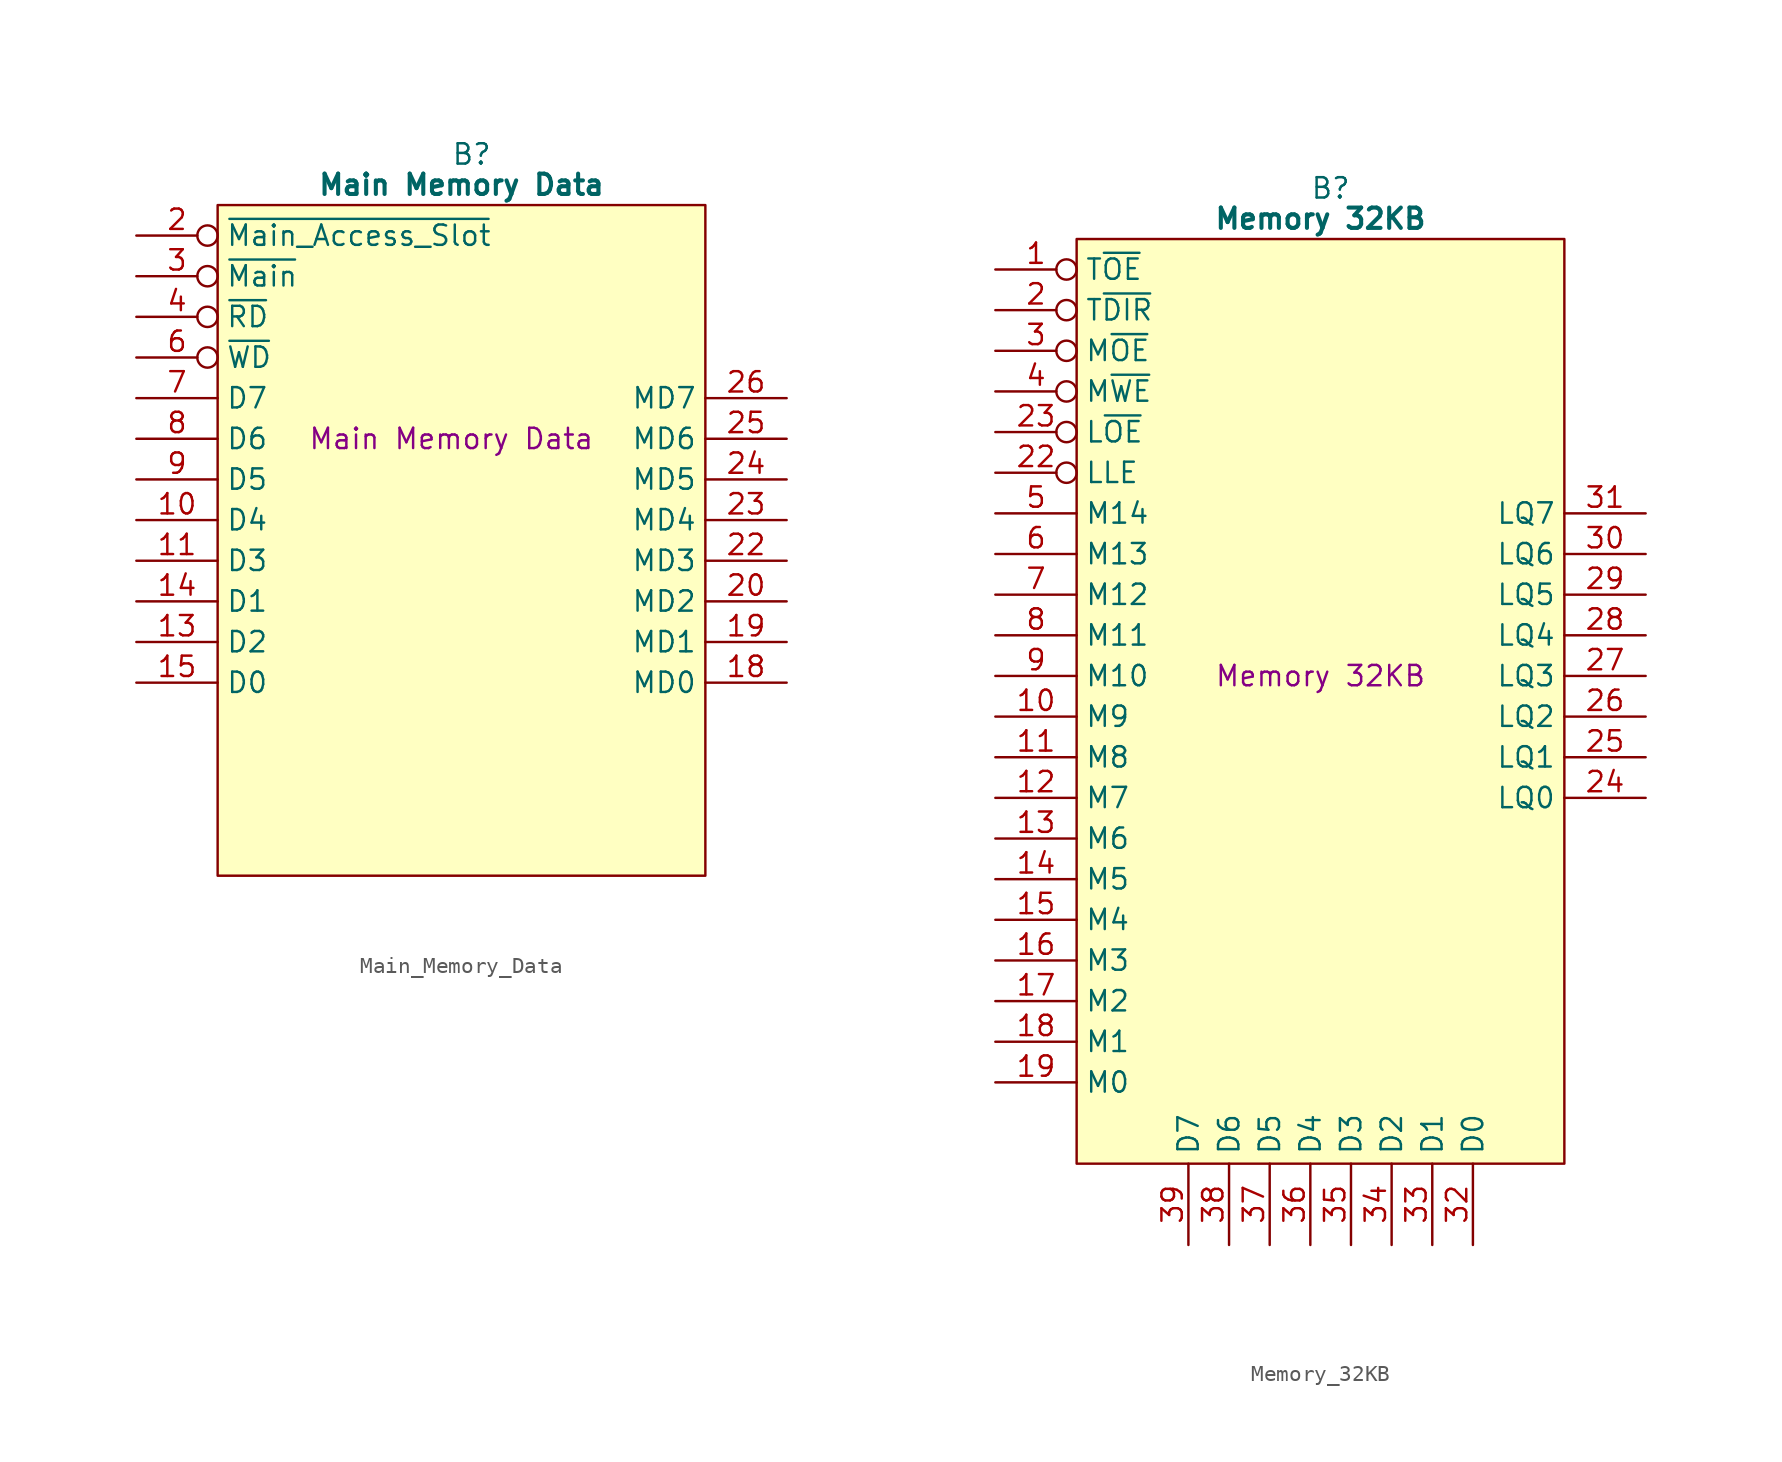
<source format=kicad_sym>
(kicad_symbol_lib
  (version 20220914)
  (generator kicad_symbol_editor)
  (symbol "Main_Memory_Data"
    (property "Reference" "B"
      (at 15.875 5.08 0)
      (effects (font (size 1.27 1.27))))
    (property "Value" "Main Memory Data"
      (at 15.24 3.175 0)
      (effects (font (size 1.27 1.27) bold)))
    (property "Description" "Main Memory Data"
      (at 14.605 -12.7 0)
      (effects (font (size 1.27 1.27))))
    (symbol "Main_Memory_Data_0_1"
      (polyline (pts (xy 0 1.905) (xy 30.48 1.905) (xy 30.48 -40.005) (xy 0 -40.005) (xy 0 1.905)) (stroke (width 0.152) (type default)) (fill (type background))))
    (symbol "Main_Memory_Data_1_0"
      (pin no_connect line (at 35.56 -38.1 180) (length 5.08) hide (name "N.C." (effects (font (size 1.27 1.27)))) (number "32" (effects (font (size 1.27 1.27))))))
    (symbol "Main_Memory_Data_1_1"
      (pin passive line (at -5.08 -35.56 0) (length 5.08) hide (name "5V" (effects (font (size 1.27 1.27)))) (number "1" (effects (font (size 1.27 1.27)))))
      (pin tri_state line (at -5.08 -17.78 0) (length 5.08) (name "D4" (effects (font (size 1.27 1.27)))) (number "10" (effects (font (size 1.27 1.27)))))
      (pin tri_state line (at -5.08 -20.32 0) (length 5.08) (name "D3" (effects (font (size 1.27 1.27)))) (number "11" (effects (font (size 1.27 1.27)))))
      (pin passive line (at 35.56 -2.54 180) (length 5.08) hide (name "GND" (effects (font (size 1.27 1.27)))) (number "12" (effects (font (size 1.27 1.27)))))
      (pin tri_state line (at -5.08 -25.4 0) (length 5.08) (name "D2" (effects (font (size 1.27 1.27)))) (number "13" (effects (font (size 1.27 1.27)))))
      (pin tri_state line (at -5.08 -22.86 0) (length 5.08) (name "D1" (effects (font (size 1.27 1.27)))) (number "14" (effects (font (size 1.27 1.27)))))
      (pin tri_state line (at -5.08 -27.94 0) (length 5.08) (name "D0" (effects (font (size 1.27 1.27)))) (number "15" (effects (font (size 1.27 1.27)))))
      (pin no_connect line (at -5.08 -30.48 0) (length 5.08) hide (name "N.C." (effects (font (size 1.27 1.27)))) (number "16" (effects (font (size 1.27 1.27)))))
      (pin passive line (at -5.08 -38.1 0) (length 5.08) hide (name "5V" (effects (font (size 1.27 1.27)))) (number "17" (effects (font (size 1.27 1.27)))))
      (pin tri_state line (at 35.56 -27.94 180) (length 5.08) (name "MD0" (effects (font (size 1.27 1.27)))) (number "18" (effects (font (size 1.27 1.27)))))
      (pin tri_state line (at 35.56 -25.4 180) (length 5.08) (name "MD1" (effects (font (size 1.27 1.27)))) (number "19" (effects (font (size 1.27 1.27)))))
      (pin input inverted (at -5.08 0 0) (length 5.08) (name "~{Main_Access_Slot}" (effects (font (size 1.27 1.27)))) (number "2" (effects (font (size 1.27 1.27)))))
      (pin tri_state line (at 35.56 -22.86 180) (length 5.08) (name "MD2" (effects (font (size 1.27 1.27)))) (number "20" (effects (font (size 1.27 1.27)))))
      (pin passive line (at 35.56 -5.08 180) (length 5.08) hide (name "GND" (effects (font (size 1.27 1.27)))) (number "21" (effects (font (size 1.27 1.27)))))
      (pin tri_state line (at 35.56 -20.32 180) (length 5.08) (name "MD3" (effects (font (size 1.27 1.27)))) (number "22" (effects (font (size 1.27 1.27)))))
      (pin tri_state line (at 35.56 -17.78 180) (length 5.08) (name "MD4" (effects (font (size 1.27 1.27)))) (number "23" (effects (font (size 1.27 1.27)))))
      (pin tri_state line (at 35.56 -15.24 180) (length 5.08) (name "MD5" (effects (font (size 1.27 1.27)))) (number "24" (effects (font (size 1.27 1.27)))))
      (pin tri_state line (at 35.56 -12.7 180) (length 5.08) (name "MD6" (effects (font (size 1.27 1.27)))) (number "25" (effects (font (size 1.27 1.27)))))
      (pin tri_state line (at 35.56 -10.16 180) (length 5.08) (name "MD7" (effects (font (size 1.27 1.27)))) (number "26" (effects (font (size 1.27 1.27)))))
      (pin no_connect line (at -5.08 -33.02 0) (length 5.08) hide (name "N.C." (effects (font (size 1.27 1.27)))) (number "27" (effects (font (size 1.27 1.27)))))
      (pin passive line (at 35.56 -7.62 180) (length 5.08) hide (name "GND" (effects (font (size 1.27 1.27)))) (number "28" (effects (font (size 1.27 1.27)))))
      (pin no_connect line (at 35.56 -30.48 180) (length 5.08) hide (name "N.C." (effects (font (size 1.27 1.27)))) (number "29" (effects (font (size 1.27 1.27)))))
      (pin input inverted (at -5.08 -2.54 0) (length 5.08) (name "~{Main}" (effects (font (size 1.27 1.27)))) (number "3" (effects (font (size 1.27 1.27)))))
      (pin no_connect line (at 35.56 -33.02 180) (length 5.08) hide (name "N.C." (effects (font (size 1.27 1.27)))) (number "30" (effects (font (size 1.27 1.27)))))
      (pin no_connect line (at 35.56 -35.56 180) (length 5.08) hide (name "N.C." (effects (font (size 1.27 1.27)))) (number "31" (effects (font (size 1.27 1.27)))))
      (pin input inverted (at -5.08 -5.08 0) (length 5.08) (name "~{RD}" (effects (font (size 1.27 1.27)))) (number "4" (effects (font (size 1.27 1.27)))))
      (pin passive line (at 35.56 0 180) (length 5.08) hide (name "GND" (effects (font (size 1.27 1.27)))) (number "5" (effects (font (size 1.27 1.27)))))
      (pin input inverted (at -5.08 -7.62 0) (length 5.08) (name "~{WD}" (effects (font (size 1.27 1.27)))) (number "6" (effects (font (size 1.27 1.27)))))
      (pin tri_state line (at -5.08 -10.16 0) (length 5.08) (name "D7" (effects (font (size 1.27 1.27)))) (number "7" (effects (font (size 1.27 1.27)))))
      (pin tri_state line (at -5.08 -12.7 0) (length 5.08) (name "D6" (effects (font (size 1.27 1.27)))) (number "8" (effects (font (size 1.27 1.27)))))
      (pin tri_state line (at -5.08 -15.24 0) (length 5.08) (name "D5" (effects (font (size 1.27 1.27)))) (number "9" (effects (font (size 1.27 1.27)))))))
  (symbol "Memory_32KB"
    (property "Reference" "B"
      (at 15.875 5.08 0)
      (effects (font (size 1.27 1.27))))
    (property "Value" "Memory 32KB"
      (at 15.24 3.175 0)
      (effects (font (size 1.27 1.27) bold)))
    (property "Description" "Memory 32KB"
      (at 15.24 -25.4 0)
      (effects (font (size 1.27 1.27))))
    (symbol "Memory_32KB_0_0"
      (pin tri_state line (at 24.765 -60.96 90) (length 5.08) (name "D0" (effects (font (size 1.27 1.27)))) (number "32" (effects (font (size 1.27 1.27)))))
      (pin tri_state line (at 22.225 -60.96 90) (length 5.08) (name "D1" (effects (font (size 1.27 1.27)))) (number "33" (effects (font (size 1.27 1.27)))))
      (pin tri_state line (at 19.685 -60.96 90) (length 5.08) (name "D2" (effects (font (size 1.27 1.27)))) (number "34" (effects (font (size 1.27 1.27)))))
      (pin tri_state line (at 17.145 -60.96 90) (length 5.08) (name "D3" (effects (font (size 1.27 1.27)))) (number "35" (effects (font (size 1.27 1.27)))))
      (pin tri_state line (at 14.605 -60.96 90) (length 5.08) (name "D4" (effects (font (size 1.27 1.27)))) (number "36" (effects (font (size 1.27 1.27)))))
      (pin tri_state line (at 12.065 -60.96 90) (length 5.08) (name "D5" (effects (font (size 1.27 1.27)))) (number "37" (effects (font (size 1.27 1.27)))))
      (pin tri_state line (at 9.525 -60.96 90) (length 5.08) (name "D6" (effects (font (size 1.27 1.27)))) (number "38" (effects (font (size 1.27 1.27))))))
    (symbol "Memory_32KB_0_1"
      (polyline (pts (xy 0 1.905) (xy 30.48 1.905) (xy 30.48 -55.88) (xy 0 -55.88) (xy 0 1.905)) (stroke (width 0.152) (type default)) (fill (type background))))
    (symbol "Memory_32KB_1_0"
      (pin tri_state line (at 6.985 -60.96 90) (length 5.08) (name "D7" (effects (font (size 1.27 1.27)))) (number "39" (effects (font (size 1.27 1.27))))))
    (symbol "Memory_32KB_1_1"
      (pin input inverted (at -5.08 0 0) (length 5.08) (name "T~{OE}" (effects (font (size 1.27 1.27)))) (number "1" (effects (font (size 1.27 1.27)))))
      (pin input line (at -5.08 -27.94 0) (length 5.08) (name "M9" (effects (font (size 1.27 1.27)))) (number "10" (effects (font (size 1.27 1.27)))))
      (pin input line (at -5.08 -30.48 0) (length 5.08) (name "M8" (effects (font (size 1.27 1.27)))) (number "11" (effects (font (size 1.27 1.27)))))
      (pin input line (at -5.08 -33.02 0) (length 5.08) (name "M7" (effects (font (size 1.27 1.27)))) (number "12" (effects (font (size 1.27 1.27)))))
      (pin input line (at -5.08 -35.56 0) (length 5.08) (name "M6" (effects (font (size 1.27 1.27)))) (number "13" (effects (font (size 1.27 1.27)))))
      (pin input line (at -5.08 -38.1 0) (length 5.08) (name "M5" (effects (font (size 1.27 1.27)))) (number "14" (effects (font (size 1.27 1.27)))))
      (pin input line (at -5.08 -40.64 0) (length 5.08) (name "M4" (effects (font (size 1.27 1.27)))) (number "15" (effects (font (size 1.27 1.27)))))
      (pin input line (at -5.08 -43.18 0) (length 5.08) (name "M3" (effects (font (size 1.27 1.27)))) (number "16" (effects (font (size 1.27 1.27)))))
      (pin input line (at -5.08 -45.72 0) (length 5.08) (name "M2" (effects (font (size 1.27 1.27)))) (number "17" (effects (font (size 1.27 1.27)))))
      (pin input line (at -5.08 -48.26 0) (length 5.08) (name "M1" (effects (font (size 1.27 1.27)))) (number "18" (effects (font (size 1.27 1.27)))))
      (pin input line (at -5.08 -50.8 0) (length 5.08) (name "M0" (effects (font (size 1.27 1.27)))) (number "19" (effects (font (size 1.27 1.27)))))
      (pin input inverted (at -5.08 -2.54 0) (length 5.08) (name "T~{DIR}" (effects (font (size 1.27 1.27)))) (number "2" (effects (font (size 1.27 1.27)))))
      (pin passive line (at -5.08 -53.34 0) (length 5.08) hide (name "5V" (effects (font (size 1.27 1.27)))) (number "20" (effects (font (size 1.27 1.27)))))
      (pin passive line (at 35.56 -2.54 180) (length 5.08) hide (name "GND" (effects (font (size 1.27 1.27)))) (number "21" (effects (font (size 1.27 1.27)))))
      (pin input inverted (at -5.08 -12.7 0) (length 5.08) (name "LLE" (effects (font (size 1.27 1.27)))) (number "22" (effects (font (size 1.27 1.27)))))
      (pin input inverted (at -5.08 -10.16 0) (length 5.08) (name "L~{OE}" (effects (font (size 1.27 1.27)))) (number "23" (effects (font (size 1.27 1.27)))))
      (pin tri_state line (at 35.56 -33.02 180) (length 5.08) (name "LQ0" (effects (font (size 1.27 1.27)))) (number "24" (effects (font (size 1.27 1.27)))))
      (pin tri_state line (at 35.56 -30.48 180) (length 5.08) (name "LQ1" (effects (font (size 1.27 1.27)))) (number "25" (effects (font (size 1.27 1.27)))))
      (pin tri_state line (at 35.56 -27.94 180) (length 5.08) (name "LQ2" (effects (font (size 1.27 1.27)))) (number "26" (effects (font (size 1.27 1.27)))))
      (pin tri_state line (at 35.56 -25.4 180) (length 5.08) (name "LQ3" (effects (font (size 1.27 1.27)))) (number "27" (effects (font (size 1.27 1.27)))))
      (pin tri_state line (at 35.56 -22.86 180) (length 5.08) (name "LQ4" (effects (font (size 1.27 1.27)))) (number "28" (effects (font (size 1.27 1.27)))))
      (pin tri_state line (at 35.56 -20.32 180) (length 5.08) (name "LQ5" (effects (font (size 1.27 1.27)))) (number "29" (effects (font (size 1.27 1.27)))))
      (pin input inverted (at -5.08 -5.08 0) (length 5.08) (name "M~{OE}" (effects (font (size 1.27 1.27)))) (number "3" (effects (font (size 1.27 1.27)))))
      (pin tri_state line (at 35.56 -17.78 180) (length 5.08) (name "LQ6" (effects (font (size 1.27 1.27)))) (number "30" (effects (font (size 1.27 1.27)))))
      (pin tri_state line (at 35.56 -15.24 180) (length 5.08) (name "LQ7" (effects (font (size 1.27 1.27)))) (number "31" (effects (font (size 1.27 1.27)))))
      (pin input inverted (at -5.08 -7.62 0) (length 5.08) (name "M~{WE}" (effects (font (size 1.27 1.27)))) (number "4" (effects (font (size 1.27 1.27)))))
      (pin passive line (at 35.56 0 180) (length 5.08) hide (name "GND" (effects (font (size 1.27 1.27)))) (number "40" (effects (font (size 1.27 1.27)))))
      (pin input line (at -5.08 -15.24 0) (length 5.08) (name "M14" (effects (font (size 1.27 1.27)))) (number "5" (effects (font (size 1.27 1.27)))))
      (pin input line (at -5.08 -17.78 0) (length 5.08) (name "M13" (effects (font (size 1.27 1.27)))) (number "6" (effects (font (size 1.27 1.27)))))
      (pin input line (at -5.08 -20.32 0) (length 5.08) (name "M12" (effects (font (size 1.27 1.27)))) (number "7" (effects (font (size 1.27 1.27)))))
      (pin input line (at -5.08 -22.86 0) (length 5.08) (name "M11" (effects (font (size 1.27 1.27)))) (number "8" (effects (font (size 1.27 1.27)))))
      (pin input line (at -5.08 -25.4 0) (length 5.08) (name "M10" (effects (font (size 1.27 1.27)))) (number "9" (effects (font (size 1.27 1.27))))))))
</source>
